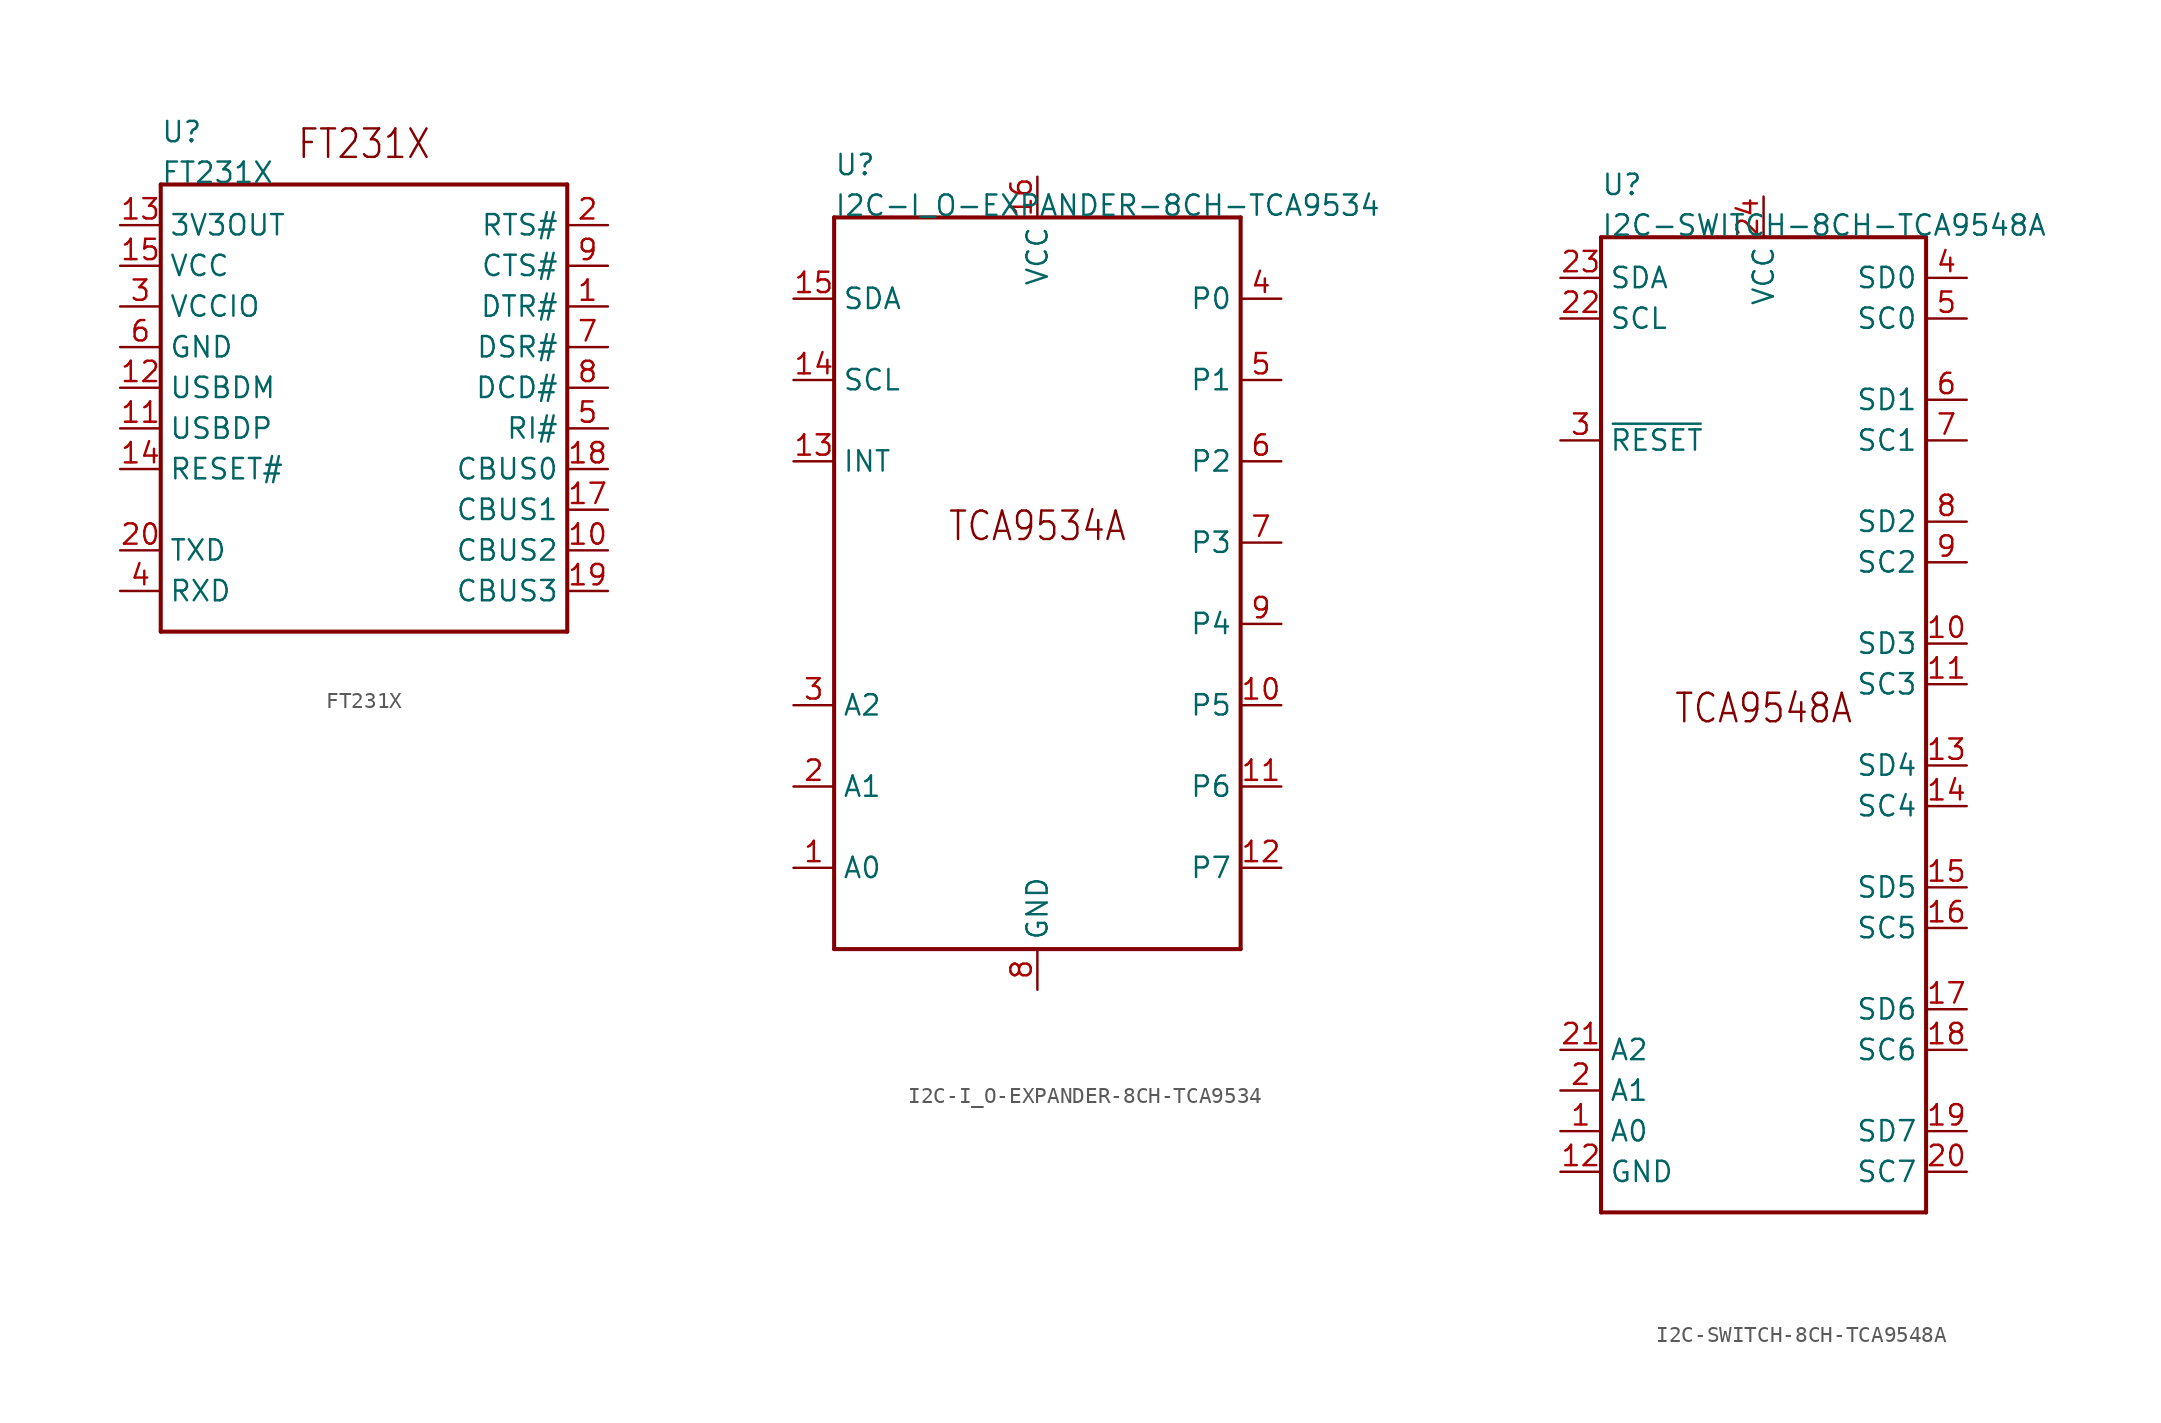
<source format=kicad_sym>
(kicad_symbol_lib
  (version 20211014)
  (generator kicad_symbol_editor)
  (symbol "FT231X"
    (pin_names)
    (property "Reference" "U"
      (at -12.7 15.24 0)
      (effects (font (size 1.27 1.27)) (justify left bottom)))
    (property "Value" "FT231X"
      (at -12.7 12.7 0)
      (effects (font (size 1.27 1.27)) (justify left bottom)))
    (property "Datasheet" ""
      (at 0 0 0))
    (property "ki_description" "FT231X  - USB to FULL HANDSHAKE UART IC   Technical Specifications:    Standard: USB 2.0   Supply Voltage: 3.3v - 5v       Component Search:  [DATA SHEET NAME]   Datasheet:  FT231X "
      (at 0 0 0))
    (property "ki_fp_filters" "FlashPCB_ICs:20-SSOP"
      (at 0 0 0))
    (symbol "FT231X_1_1"
      (text "FT231X" (at 0 15.24 0) (effects (font (size 1.778 1.52))))
      (polyline (pts (xy -12.7 12.7) (xy 12.7 12.7)) (stroke (width 0.254)) (fill (type none)))
      (polyline (pts (xy 12.7 12.7) (xy 12.7 -15.24)) (stroke (width 0.254)) (fill (type none)))
      (polyline (pts (xy 12.7 -15.24) (xy -12.7 -15.24)) (stroke (width 0.254)) (fill (type none)))
      (polyline (pts (xy -12.7 -15.24) (xy -12.7 12.7)) (stroke (width 0.254)) (fill (type none)))
      (pin bidirectional line (at -15.24 10.16 0) (length 2.54) (name "3V3OUT" (effects (font (size 1.27 1.27)))) (number "13" (effects (font (size 1.27 1.27)))))
      (pin bidirectional line (at -15.24 7.62 0) (length 2.54) (name "VCC" (effects (font (size 1.27 1.27)))) (number "15" (effects (font (size 1.27 1.27)))))
      (pin bidirectional line (at -15.24 5.08 0) (length 2.54) (name "VCCIO" (effects (font (size 1.27 1.27)))) (number "3" (effects (font (size 1.27 1.27)))))
      (pin bidirectional line (at -15.24 0 0) (length 2.54) (name "USBDM" (effects (font (size 1.27 1.27)))) (number "12" (effects (font (size 1.27 1.27)))))
      (pin bidirectional line (at -15.24 -2.54 0) (length 2.54) (name "USBDP" (effects (font (size 1.27 1.27)))) (number "11" (effects (font (size 1.27 1.27)))))
      (pin bidirectional line (at -15.24 2.54 0) (length 2.54) (name "GND" (effects (font (size 1.27 1.27)))) (number "6" (effects (font (size 1.27 1.27)))))
      (pin bidirectional line (at -15.24 2.54 0) (length 2.54) hide (name "GND" (effects (font (size 1.27 1.27)))) (number "16" (effects (font (size 1.27 1.27)))))
      (pin bidirectional line (at -15.24 -5.08 0) (length 2.54) (name "RESET#" (effects (font (size 1.27 1.27)))) (number "14" (effects (font (size 1.27 1.27)))))
      (pin bidirectional line (at 15.24 -12.7 180) (length 2.54) (name "CBUS3" (effects (font (size 1.27 1.27)))) (number "19" (effects (font (size 1.27 1.27)))))
      (pin bidirectional line (at 15.24 -10.16 180) (length 2.54) (name "CBUS2" (effects (font (size 1.27 1.27)))) (number "10" (effects (font (size 1.27 1.27)))))
      (pin bidirectional line (at 15.24 -7.62 180) (length 2.54) (name "CBUS1" (effects (font (size 1.27 1.27)))) (number "17" (effects (font (size 1.27 1.27)))))
      (pin bidirectional line (at 15.24 -5.08 180) (length 2.54) (name "CBUS0" (effects (font (size 1.27 1.27)))) (number "18" (effects (font (size 1.27 1.27)))))
      (pin bidirectional line (at 15.24 -2.54 180) (length 2.54) (name "RI#" (effects (font (size 1.27 1.27)))) (number "5" (effects (font (size 1.27 1.27)))))
      (pin bidirectional line (at 15.24 2.54 180) (length 2.54) (name "DSR#" (effects (font (size 1.27 1.27)))) (number "7" (effects (font (size 1.27 1.27)))))
      (pin bidirectional line (at 15.24 0 180) (length 2.54) (name "DCD#" (effects (font (size 1.27 1.27)))) (number "8" (effects (font (size 1.27 1.27)))))
      (pin bidirectional line (at 15.24 5.08 180) (length 2.54) (name "DTR#" (effects (font (size 1.27 1.27)))) (number "1" (effects (font (size 1.27 1.27)))))
      (pin bidirectional line (at 15.24 7.62 180) (length 2.54) (name "CTS#" (effects (font (size 1.27 1.27)))) (number "9" (effects (font (size 1.27 1.27)))))
      (pin bidirectional line (at 15.24 10.16 180) (length 2.54) (name "RTS#" (effects (font (size 1.27 1.27)))) (number "2" (effects (font (size 1.27 1.27)))))
      (pin bidirectional line (at -15.24 -12.7 0) (length 2.54) (name "RXD" (effects (font (size 1.27 1.27)))) (number "4" (effects (font (size 1.27 1.27)))))
      (pin bidirectional line (at -15.24 -10.16 0) (length 2.54) (name "TXD" (effects (font (size 1.27 1.27)))) (number "20" (effects (font (size 1.27 1.27)))))))
  (symbol "I2C-I_O-EXPANDER-8CH-TCA9534"
    (pin_names)
    (property "Reference" "U"
      (at -12.7 25.4 0)
      (effects (font (size 1.27 1.27)) (justify left bottom)))
    (property "Value" "I2C-I_O-EXPANDER-8CH-TCA9534"
      (at -12.7 22.86 0)
      (effects (font (size 1.27 1.27)) (justify left bottom)))
    (property "Datasheet" ""
      (at 0 0 0))
    (property "ki_description" "TCA9534  - IC XPNDR 400KHZ I2C 16SOIC  Technical Specifications:    I/O Expander 8 I2C 400 kHz 16-SOIC   Number of I/O: 8   Number of Devices: 8   Interface: I2C to Parallel Port Expander   Interface Interrupt   SDA/SCL Input Noise Filter   Output Type: Push-Pull   Clock Frequency: 400kHz   Supply Voltage: 1.65V~5.5V   I/O Port Voltage Tolerance: 5V        Component Search:  TCA9534A   Datasheet:  TCA9534A Low Voltage 8-Bit I2C and SMBUS Low-Power I/O Expander With Interrupt Output and Configuration Registers datasheet (Rev. C)  "
      (at 0 0 0))
    (property "ki_fp_filters" "FlashPCB_ICs:SOIC-16-295MIL-7.5MM"
      (at 0 0 0))
    (symbol "I2C-I_O-EXPANDER-8CH-TCA9534_1_1"
      (text "TCA9534A" (at 0 2.54 0) (effects (font (size 1.778 1.52)) (justify bottom)))
      (polyline (pts (xy -12.7 22.86) (xy -12.7 -22.86)) (stroke (width 0.254)) (fill (type none)))
      (polyline (pts (xy -12.7 -22.86) (xy 12.7 -22.86)) (stroke (width 0.254)) (fill (type none)))
      (polyline (pts (xy 12.7 -22.86) (xy 12.7 22.86)) (stroke (width 0.254)) (fill (type none)))
      (polyline (pts (xy 12.7 22.86) (xy -12.7 22.86)) (stroke (width 0.254)) (fill (type none)))
      (pin bidirectional line (at -15.24 17.78 0) (length 2.54) (name "SDA" (effects (font (size 1.27 1.27)))) (number "15" (effects (font (size 1.27 1.27)))))
      (pin bidirectional line (at -15.24 12.7 0) (length 2.54) (name "SCL" (effects (font (size 1.27 1.27)))) (number "14" (effects (font (size 1.27 1.27)))))
      (pin bidirectional line (at -15.24 7.62 0) (length 2.54) (name "INT" (effects (font (size 1.27 1.27)))) (number "13" (effects (font (size 1.27 1.27)))))
      (pin bidirectional line (at 0 25.4 270) (length 2.54) (name "VCC" (effects (font (size 1.27 1.27)))) (number "16" (effects (font (size 1.27 1.27)))))
      (pin bidirectional line (at 0 -25.4 90) (length 2.54) (name "GND" (effects (font (size 1.27 1.27)))) (number "8" (effects (font (size 1.27 1.27)))))
      (pin bidirectional line (at -15.24 -7.62 0) (length 2.54) (name "A2" (effects (font (size 1.27 1.27)))) (number "3" (effects (font (size 1.27 1.27)))))
      (pin bidirectional line (at -15.24 -12.7 0) (length 2.54) (name "A1" (effects (font (size 1.27 1.27)))) (number "2" (effects (font (size 1.27 1.27)))))
      (pin bidirectional line (at -15.24 -17.78 0) (length 2.54) (name "A0" (effects (font (size 1.27 1.27)))) (number "1" (effects (font (size 1.27 1.27)))))
      (pin bidirectional line (at 15.24 17.78 180) (length 2.54) (name "P0" (effects (font (size 1.27 1.27)))) (number "4" (effects (font (size 1.27 1.27)))))
      (pin bidirectional line (at 15.24 12.7 180) (length 2.54) (name "P1" (effects (font (size 1.27 1.27)))) (number "5" (effects (font (size 1.27 1.27)))))
      (pin bidirectional line (at 15.24 7.62 180) (length 2.54) (name "P2" (effects (font (size 1.27 1.27)))) (number "6" (effects (font (size 1.27 1.27)))))
      (pin bidirectional line (at 15.24 2.54 180) (length 2.54) (name "P3" (effects (font (size 1.27 1.27)))) (number "7" (effects (font (size 1.27 1.27)))))
      (pin bidirectional line (at 15.24 -2.54 180) (length 2.54) (name "P4" (effects (font (size 1.27 1.27)))) (number "9" (effects (font (size 1.27 1.27)))))
      (pin bidirectional line (at 15.24 -7.62 180) (length 2.54) (name "P5" (effects (font (size 1.27 1.27)))) (number "10" (effects (font (size 1.27 1.27)))))
      (pin bidirectional line (at 15.24 -12.7 180) (length 2.54) (name "P6" (effects (font (size 1.27 1.27)))) (number "11" (effects (font (size 1.27 1.27)))))
      (pin bidirectional line (at 15.24 -17.78 180) (length 2.54) (name "P7" (effects (font (size 1.27 1.27)))) (number "12" (effects (font (size 1.27 1.27)))))))
  (symbol "I2C-SWITCH-8CH-TCA9548A"
    (pin_names)
    (property "Reference" "U"
      (at -10.16 33.02 0)
      (effects (font (size 1.27 1.27)) (justify left bottom)))
    (property "Value" "I2C-SWITCH-8CH-TCA9548A"
      (at -10.16 30.48 0)
      (effects (font (size 1.27 1.27)) (justify left bottom)))
    (property "Datasheet" ""
      (at 0 0 0))
    (property "ki_description" "TCA9548A   - IC BUS SWITCH 1 X 8:1   Technical Specifications:    1-to-8 Bidirectional translating switches   I2C and SMBus compatible   Allows translation between  1.8V, 2.5V, 3.3V, 5V buses   Operating Supply Voltage: 1.65V~5.5V      Component Search:  TCA9548A   Datasheet:  TCA9548A Low-Voltage 8-Channel I2C Switch with Reset datasheet (Rev. G)  "
      (at 0 0 0))
    (property "ki_fp_filters" "FlashPCB_ICs:TSSOP-24"
      (at 0 0 0))
    (symbol "I2C-SWITCH-8CH-TCA9548A_1_1"
      (text "TCA9548A" (at 0 0 0) (effects (font (size 1.778 1.52)) (justify bottom)))
      (polyline (pts (xy -10.16 30.48) (xy 10.16 30.48)) (stroke (width 0.254)) (fill (type none)))
      (polyline (pts (xy 10.16 30.48) (xy 10.16 -30.48)) (stroke (width 0.254)) (fill (type none)))
      (polyline (pts (xy 10.16 -30.48) (xy -10.16 -30.48)) (stroke (width 0.254)) (fill (type none)))
      (polyline (pts (xy -10.16 -30.48) (xy -10.16 30.48)) (stroke (width 0.254)) (fill (type none)))
      (pin bidirectional line (at -12.7 -25.4 0) (length 2.54) (name "A0" (effects (font (size 1.27 1.27)))) (number "1" (effects (font (size 1.27 1.27)))))
      (pin bidirectional line (at -12.7 -22.86 0) (length 2.54) (name "A1" (effects (font (size 1.27 1.27)))) (number "2" (effects (font (size 1.27 1.27)))))
      (pin bidirectional line (at -12.7 17.78 0) (length 2.54) (name "~{RESET}" (effects (font (size 1.27 1.27)))) (number "3" (effects (font (size 1.27 1.27)))))
      (pin bidirectional line (at 12.7 27.94 180) (length 2.54) (name "SD0" (effects (font (size 1.27 1.27)))) (number "4" (effects (font (size 1.27 1.27)))))
      (pin bidirectional line (at 12.7 20.32 180) (length 2.54) (name "SD1" (effects (font (size 1.27 1.27)))) (number "6" (effects (font (size 1.27 1.27)))))
      (pin bidirectional line (at 12.7 25.4 180) (length 2.54) (name "SC0" (effects (font (size 1.27 1.27)))) (number "5" (effects (font (size 1.27 1.27)))))
      (pin bidirectional line (at 12.7 17.78 180) (length 2.54) (name "SC1" (effects (font (size 1.27 1.27)))) (number "7" (effects (font (size 1.27 1.27)))))
      (pin bidirectional line (at 12.7 12.7 180) (length 2.54) (name "SD2" (effects (font (size 1.27 1.27)))) (number "8" (effects (font (size 1.27 1.27)))))
      (pin bidirectional line (at 12.7 10.16 180) (length 2.54) (name "SC2" (effects (font (size 1.27 1.27)))) (number "9" (effects (font (size 1.27 1.27)))))
      (pin bidirectional line (at 12.7 5.08 180) (length 2.54) (name "SD3" (effects (font (size 1.27 1.27)))) (number "10" (effects (font (size 1.27 1.27)))))
      (pin bidirectional line (at 12.7 2.54 180) (length 2.54) (name "SC3" (effects (font (size 1.27 1.27)))) (number "11" (effects (font (size 1.27 1.27)))))
      (pin bidirectional line (at -12.7 -27.94 0) (length 2.54) (name "GND" (effects (font (size 1.27 1.27)))) (number "12" (effects (font (size 1.27 1.27)))))
      (pin bidirectional line (at 12.7 -2.54 180) (length 2.54) (name "SD4" (effects (font (size 1.27 1.27)))) (number "13" (effects (font (size 1.27 1.27)))))
      (pin bidirectional line (at 12.7 -5.08 180) (length 2.54) (name "SC4" (effects (font (size 1.27 1.27)))) (number "14" (effects (font (size 1.27 1.27)))))
      (pin bidirectional line (at 12.7 -10.16 180) (length 2.54) (name "SD5" (effects (font (size 1.27 1.27)))) (number "15" (effects (font (size 1.27 1.27)))))
      (pin bidirectional line (at 12.7 -12.7 180) (length 2.54) (name "SC5" (effects (font (size 1.27 1.27)))) (number "16" (effects (font (size 1.27 1.27)))))
      (pin bidirectional line (at 12.7 -17.78 180) (length 2.54) (name "SD6" (effects (font (size 1.27 1.27)))) (number "17" (effects (font (size 1.27 1.27)))))
      (pin bidirectional line (at 12.7 -20.32 180) (length 2.54) (name "SC6" (effects (font (size 1.27 1.27)))) (number "18" (effects (font (size 1.27 1.27)))))
      (pin bidirectional line (at 12.7 -25.4 180) (length 2.54) (name "SD7" (effects (font (size 1.27 1.27)))) (number "19" (effects (font (size 1.27 1.27)))))
      (pin bidirectional line (at 12.7 -27.94 180) (length 2.54) (name "SC7" (effects (font (size 1.27 1.27)))) (number "20" (effects (font (size 1.27 1.27)))))
      (pin bidirectional line (at -12.7 -20.32 0) (length 2.54) (name "A2" (effects (font (size 1.27 1.27)))) (number "21" (effects (font (size 1.27 1.27)))))
      (pin bidirectional line (at -12.7 25.4 0) (length 2.54) (name "SCL" (effects (font (size 1.27 1.27)))) (number "22" (effects (font (size 1.27 1.27)))))
      (pin bidirectional line (at -12.7 27.94 0) (length 2.54) (name "SDA" (effects (font (size 1.27 1.27)))) (number "23" (effects (font (size 1.27 1.27)))))
      (pin bidirectional line (at 0 33.02 270) (length 2.54) (name "VCC" (effects (font (size 1.27 1.27)))) (number "24" (effects (font (size 1.27 1.27))))))))
</source>
